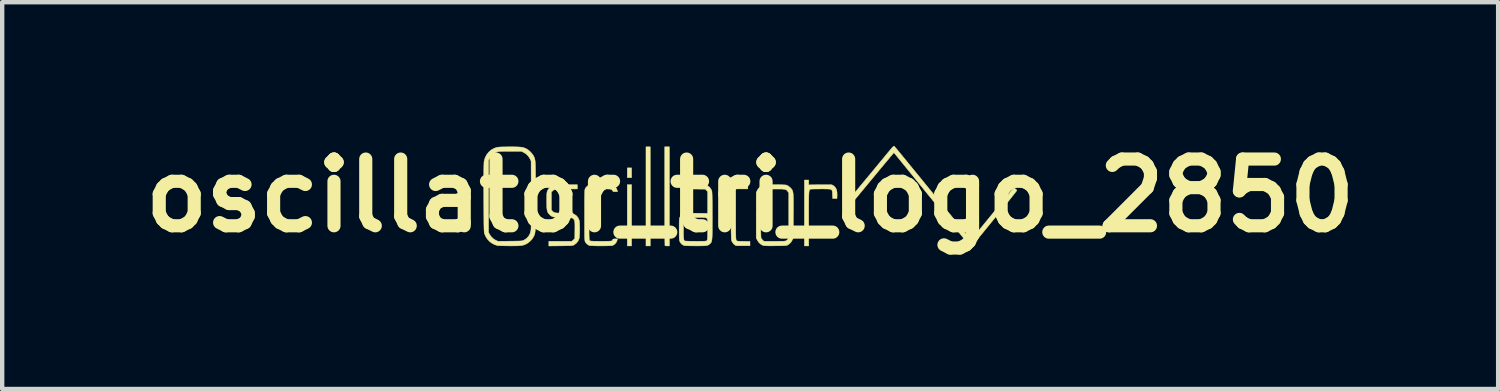
<source format=kicad_pcb>
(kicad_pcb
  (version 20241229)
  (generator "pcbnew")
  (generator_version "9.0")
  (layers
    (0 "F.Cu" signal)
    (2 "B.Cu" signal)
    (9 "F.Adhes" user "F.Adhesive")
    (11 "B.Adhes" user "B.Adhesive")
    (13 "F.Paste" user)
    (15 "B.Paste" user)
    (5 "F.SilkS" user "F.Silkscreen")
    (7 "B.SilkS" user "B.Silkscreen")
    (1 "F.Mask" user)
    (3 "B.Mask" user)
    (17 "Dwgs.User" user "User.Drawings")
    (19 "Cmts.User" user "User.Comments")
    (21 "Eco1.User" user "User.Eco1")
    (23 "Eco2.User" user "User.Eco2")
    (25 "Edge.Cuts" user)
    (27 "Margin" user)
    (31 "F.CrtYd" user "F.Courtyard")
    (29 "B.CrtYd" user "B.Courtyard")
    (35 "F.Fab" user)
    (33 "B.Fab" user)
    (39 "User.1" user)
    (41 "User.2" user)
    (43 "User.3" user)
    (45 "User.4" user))
  (footprint "oscillator_tri_logo_2850"
    (layer "F.Cu")
    (at 14.086 1.418)
    (property "Reference" "oscillator_tri_logo_2850" (at 0 0 0) (layer "F.SilkS") (effects (font (size 1.524 1.524) (thickness 0.3))))
    (attr through_hole)
    (fp_poly (pts (xy -2.709 -0.41) (xy -2.807 -0.41) (xy -2.807 -0.633) (xy -2.709 -0.633) (xy -2.709 -0.41)) (stroke (width 0.01) (type solid)) (fill yes) (layer "F.SilkS"))
    (fp_poly (pts (xy -2.709 1.15) (xy -2.807 1.15) (xy -2.807 -0.25) (xy -2.709 -0.25) (xy -2.709 1.15)) (stroke (width 0.01) (type solid)) (fill yes) (layer "F.SilkS"))
    (fp_poly (pts (xy -2.282 1.15) (xy -2.38 1.15) (xy -2.38 -1.114) (xy -2.282 -1.114) (xy -2.282 1.15)) (stroke (width 0.01) (type solid)) (fill yes) (layer "F.SilkS"))
    (fp_poly (pts (xy -1.845 1.15) (xy -1.892 1.15) (xy -1.92 1.149) (xy -1.94 1.146) (xy -1.946 1.144) (xy -1.947 1.134) (xy -1.947 1.108) (xy -1.948 1.066) (xy -1.949 1.01) (xy -1.949 0.939) (xy -1.95 0.857) (xy -1.95 0.763) (xy -1.951 0.659) (xy -1.951 0.545) (xy -1.951 0.423) (xy -1.952 0.294) (xy -1.952 0.159) (xy -1.952 0.019) (xy -1.952 0.012) (xy -1.952 -1.114) (xy -1.845 -1.114) (xy -1.845 1.15)) (stroke (width 0.01) (type solid)) (fill yes) (layer "F.SilkS"))
    (fp_poly (pts (xy -0.33 -0.25) (xy -0.053 -0.25) (xy -0.053 -0.152) (xy -0.33 -0.152) (xy -0.33 0.427) (xy -0.33 0.543) (xy -0.33 0.643) (xy -0.329 0.727) (xy -0.329 0.798) (xy -0.329 0.856) (xy -0.328 0.902) (xy -0.327 0.939) (xy -0.326 0.967) (xy -0.324 0.988) (xy -0.322 1.003) (xy -0.32 1.013) (xy -0.317 1.02) (xy -0.314 1.024) (xy -0.307 1.031) (xy -0.298 1.036) (xy -0.284 1.039) (xy -0.261 1.042) (xy -0.228 1.043) (xy -0.182 1.044) (xy -0.152 1.045) (xy -0.004 1.047) (xy -0.004 1.145) (xy -0.152 1.146) (xy -0.202 1.146) (xy -0.248 1.146) (xy -0.286 1.145) (xy -0.311 1.144) (xy -0.32 1.143) (xy -0.345 1.131) (xy -0.373 1.108) (xy -0.399 1.077) (xy -0.418 1.044) (xy -0.426 1.023) (xy -0.429 1.007) (xy -0.431 0.978) (xy -0.432 0.937) (xy -0.434 0.882) (xy -0.435 0.813) (xy -0.436 0.728) (xy -0.436 0.628) (xy -0.437 0.511) (xy -0.437 0.415) (xy -0.437 -0.152) (xy -0.704 -0.152) (xy -0.704 -0.25) (xy -0.437 -0.25) (xy -0.437 -0.356) (xy -0.33 -0.356) (xy -0.33 -0.25)) (stroke (width 0.01) (type solid)) (fill yes) (layer "F.SilkS"))
    (fp_poly (pts (xy 1.337 -0.301) (xy 1.337 -0.245) (xy 1.593 -0.248) (xy 1.66 -0.248) (xy 1.722 -0.248) (xy 1.776 -0.248) (xy 1.82 -0.248) (xy 1.852 -0.247) (xy 1.868 -0.245) (xy 1.87 -0.245) (xy 1.888 -0.236) (xy 1.912 -0.22) (xy 1.925 -0.208) (xy 1.955 -0.174) (xy 1.974 -0.131) (xy 1.984 -0.077) (xy 1.986 -0.01) (xy 1.986 -0.008) (xy 1.983 0.067) (xy 1.885 0.067) (xy 1.88 -0.024) (xy 1.879 -0.061) (xy 1.877 -0.09) (xy 1.872 -0.112) (xy 1.863 -0.128) (xy 1.848 -0.139) (xy 1.824 -0.146) (xy 1.791 -0.15) (xy 1.745 -0.151) (xy 1.685 -0.152) (xy 1.617 -0.152) (xy 1.555 -0.151) (xy 1.498 -0.151) (xy 1.449 -0.15) (xy 1.411 -0.149) (xy 1.386 -0.147) (xy 1.377 -0.146) (xy 1.37 -0.143) (xy 1.363 -0.139) (xy 1.357 -0.132) (xy 1.353 -0.123) (xy 1.349 -0.109) (xy 1.345 -0.089) (xy 1.343 -0.062) (xy 1.341 -0.026) (xy 1.339 0.018) (xy 1.338 0.074) (xy 1.338 0.141) (xy 1.337 0.222) (xy 1.337 0.317) (xy 1.337 0.427) (xy 1.337 0.53) (xy 1.337 1.15) (xy 1.239 1.15) (xy 1.239 -0.356) (xy 1.337 -0.356) (xy 1.337 -0.301)) (stroke (width 0.01) (type solid)) (fill yes) (layer "F.SilkS"))
    (fp_poly (pts (xy -3.948 -0.152) (xy -4.187 -0.151) (xy -4.252 -0.151) (xy -4.313 -0.15) (xy -4.366 -0.149) (xy -4.41 -0.147) (xy -4.441 -0.145) (xy -4.457 -0.143) (xy -4.484 -0.13) (xy -4.51 -0.11) (xy -4.515 -0.106) (xy -4.541 -0.079) (xy -4.541 0.328) (xy -4.519 0.352) (xy -4.503 0.368) (xy -4.487 0.379) (xy -4.468 0.388) (xy -4.442 0.394) (xy -4.409 0.398) (xy -4.365 0.4) (xy -4.307 0.401) (xy -4.252 0.401) (xy -4.066 0.401) (xy -4.018 0.426) (xy -3.968 0.461) (xy -3.93 0.507) (xy -3.907 0.56) (xy -3.904 0.57) (xy -3.9 0.602) (xy -3.897 0.647) (xy -3.895 0.701) (xy -3.894 0.759) (xy -3.895 0.819) (xy -3.897 0.876) (xy -3.9 0.926) (xy -3.904 0.965) (xy -3.909 0.988) (xy -3.932 1.039) (xy -3.969 1.085) (xy -4.015 1.121) (xy -4.023 1.126) (xy -4.034 1.131) (xy -4.046 1.136) (xy -4.061 1.139) (xy -4.08 1.142) (xy -4.106 1.144) (xy -4.142 1.145) (xy -4.189 1.146) (xy -4.249 1.147) (xy -4.325 1.148) (xy -4.329 1.148) (xy -4.599 1.151) (xy -4.599 1.043) (xy -4.073 1.043) (xy -4.039 1.012) (xy -4.006 0.982) (xy -4.004 0.783) (xy -4.003 0.704) (xy -4.004 0.642) (xy -4.008 0.593) (xy -4.018 0.558) (xy -4.035 0.532) (xy -4.06 0.515) (xy -4.096 0.506) (xy -4.145 0.501) (xy -4.208 0.499) (xy -4.28 0.499) (xy -4.353 0.499) (xy -4.411 0.497) (xy -4.456 0.493) (xy -4.492 0.488) (xy -4.52 0.479) (xy -4.543 0.467) (xy -4.564 0.451) (xy -4.577 0.439) (xy -4.598 0.417) (xy -4.615 0.396) (xy -4.627 0.373) (xy -4.636 0.346) (xy -4.642 0.311) (xy -4.646 0.268) (xy -4.647 0.212) (xy -4.648 0.141) (xy -4.648 0.129) (xy -4.648 0.063) (xy -4.647 0.011) (xy -4.646 -0.028) (xy -4.643 -0.057) (xy -4.64 -0.079) (xy -4.636 -0.097) (xy -4.632 -0.109) (xy -4.61 -0.147) (xy -4.577 -0.184) (xy -4.539 -0.216) (xy -4.5 -0.237) (xy -4.494 -0.239) (xy -4.471 -0.243) (xy -4.432 -0.246) (xy -4.375 -0.248) (xy -4.301 -0.249) (xy -4.209 -0.25) (xy -4.203 -0.25) (xy -3.948 -0.25) (xy -3.948 -0.152)) (stroke (width 0.01) (type solid)) (fill yes) (layer "F.SilkS"))
    (fp_poly (pts (xy -3.104 -0.221) (xy -3.068 -0.187) (xy -3.044 -0.141) (xy -3.036 -0.114) (xy -3.03 -0.089) (xy -3.083 -0.089) (xy -3.115 -0.09) (xy -3.132 -0.094) (xy -3.137 -0.101) (xy -3.137 -0.102) (xy -3.144 -0.116) (xy -3.159 -0.132) (xy -3.161 -0.133) (xy -3.169 -0.139) (xy -3.178 -0.143) (xy -3.191 -0.146) (xy -3.21 -0.149) (xy -3.237 -0.15) (xy -3.275 -0.151) (xy -3.325 -0.151) (xy -3.39 -0.152) (xy -3.409 -0.152) (xy -3.478 -0.151) (xy -3.532 -0.151) (xy -3.573 -0.15) (xy -3.602 -0.149) (xy -3.623 -0.147) (xy -3.637 -0.144) (xy -3.647 -0.14) (xy -3.655 -0.135) (xy -3.657 -0.133) (xy -3.681 -0.115) (xy -3.681 0.449) (xy -3.681 0.564) (xy -3.681 0.662) (xy -3.68 0.744) (xy -3.68 0.813) (xy -3.68 0.869) (xy -3.679 0.915) (xy -3.678 0.95) (xy -3.677 0.976) (xy -3.675 0.996) (xy -3.673 1.009) (xy -3.671 1.018) (xy -3.668 1.024) (xy -3.665 1.028) (xy -3.664 1.028) (xy -3.658 1.032) (xy -3.647 1.036) (xy -3.631 1.039) (xy -3.607 1.04) (xy -3.573 1.042) (xy -3.527 1.042) (xy -3.466 1.043) (xy -3.407 1.043) (xy -3.335 1.043) (xy -3.279 1.042) (xy -3.236 1.042) (xy -3.205 1.04) (xy -3.183 1.039) (xy -3.168 1.036) (xy -3.159 1.032) (xy -3.153 1.028) (xy -3.152 1.026) (xy -3.14 1.01) (xy -3.137 1) (xy -3.128 0.993) (xy -3.103 0.99) (xy -3.083 0.989) (xy -3.03 0.989) (xy -3.036 1.014) (xy -3.056 1.064) (xy -3.088 1.105) (xy -3.13 1.133) (xy -3.145 1.14) (xy -3.163 1.143) (xy -3.197 1.145) (xy -3.241 1.147) (xy -3.295 1.148) (xy -3.354 1.149) (xy -3.416 1.149) (xy -3.478 1.149) (xy -3.536 1.148) (xy -3.589 1.146) (xy -3.632 1.144) (xy -3.662 1.142) (xy -3.676 1.139) (xy -3.711 1.12) (xy -3.745 1.089) (xy -3.768 1.056) (xy -3.771 1.049) (xy -3.774 1.04) (xy -3.776 1.027) (xy -3.778 1.008) (xy -3.779 0.983) (xy -3.781 0.95) (xy -3.782 0.908) (xy -3.782 0.855) (xy -3.783 0.79) (xy -3.783 0.712) (xy -3.783 0.619) (xy -3.783 0.511) (xy -3.783 0.45) (xy -3.783 0.334) (xy -3.783 0.234) (xy -3.783 0.15) (xy -3.783 0.079) (xy -3.782 0.021) (xy -3.781 -0.027) (xy -3.78 -0.064) (xy -3.779 -0.093) (xy -3.778 -0.116) (xy -3.776 -0.132) (xy -3.773 -0.144) (xy -3.771 -0.154) (xy -3.767 -0.161) (xy -3.766 -0.163) (xy -3.748 -0.19) (xy -3.722 -0.215) (xy -3.713 -0.221) (xy -3.678 -0.245) (xy -3.14 -0.245) (xy -3.104 -0.221)) (stroke (width 0.01) (type solid)) (fill yes) (layer "F.SilkS"))
    (fp_poly (pts (xy 0.641 -0.249) (xy 0.7 -0.248) (xy 0.753 -0.246) (xy 0.795 -0.244) (xy 0.824 -0.241) (xy 0.832 -0.239) (xy 0.866 -0.222) (xy 0.903 -0.193) (xy 0.914 -0.183) (xy 0.929 -0.168) (xy 0.942 -0.154) (xy 0.953 -0.139) (xy 0.963 -0.124) (xy 0.97 -0.105) (xy 0.976 -0.081) (xy 0.981 -0.052) (xy 0.984 -0.015) (xy 0.986 0.03) (xy 0.988 0.086) (xy 0.988 0.154) (xy 0.988 0.235) (xy 0.988 0.33) (xy 0.987 0.442) (xy 0.987 0.464) (xy 0.985 0.967) (xy 0.964 1.012) (xy 0.932 1.066) (xy 0.891 1.106) (xy 0.86 1.126) (xy 0.849 1.132) (xy 0.837 1.136) (xy 0.822 1.14) (xy 0.801 1.142) (xy 0.774 1.144) (xy 0.736 1.145) (xy 0.687 1.146) (xy 0.624 1.147) (xy 0.575 1.147) (xy 0.496 1.148) (xy 0.434 1.148) (xy 0.385 1.147) (xy 0.348 1.145) (xy 0.321 1.143) (xy 0.302 1.14) (xy 0.291 1.137) (xy 0.238 1.108) (xy 0.193 1.064) (xy 0.165 1.02) (xy 0.138 0.968) (xy 0.138 0.363) (xy 0.241 0.363) (xy 0.241 0.447) (xy 0.241 0.564) (xy 0.241 0.668) (xy 0.242 0.757) (xy 0.243 0.832) (xy 0.245 0.891) (xy 0.246 0.934) (xy 0.248 0.96) (xy 0.25 0.967) (xy 0.262 0.989) (xy 0.282 1.013) (xy 0.286 1.017) (xy 0.314 1.043) (xy 0.561 1.043) (xy 0.634 1.043) (xy 0.692 1.042) (xy 0.735 1.042) (xy 0.768 1.041) (xy 0.791 1.039) (xy 0.807 1.036) (xy 0.818 1.033) (xy 0.827 1.028) (xy 0.832 1.024) (xy 0.843 1.016) (xy 0.851 1.008) (xy 0.859 0.999) (xy 0.865 0.988) (xy 0.87 0.973) (xy 0.874 0.952) (xy 0.877 0.924) (xy 0.879 0.889) (xy 0.881 0.844) (xy 0.881 0.787) (xy 0.882 0.719) (xy 0.882 0.636) (xy 0.882 0.538) (xy 0.882 0.447) (xy 0.882 -0.06) (xy 0.862 -0.09) (xy 0.849 -0.108) (xy 0.836 -0.122) (xy 0.821 -0.132) (xy 0.801 -0.14) (xy 0.773 -0.145) (xy 0.737 -0.149) (xy 0.69 -0.15) (xy 0.629 -0.15) (xy 0.552 -0.15) (xy 0.551 -0.15) (xy 0.481 -0.149) (xy 0.426 -0.148) (xy 0.385 -0.147) (xy 0.355 -0.145) (xy 0.333 -0.143) (xy 0.318 -0.139) (xy 0.308 -0.135) (xy 0.299 -0.13) (xy 0.297 -0.129) (xy 0.285 -0.12) (xy 0.275 -0.112) (xy 0.267 -0.103) (xy 0.26 -0.091) (xy 0.255 -0.075) (xy 0.25 -0.054) (xy 0.247 -0.026) (xy 0.244 0.01) (xy 0.243 0.055) (xy 0.242 0.112) (xy 0.241 0.181) (xy 0.241 0.264) (xy 0.241 0.363) (xy 0.138 0.363) (xy 0.138 -0.067) (xy 0.159 -0.114) (xy 0.186 -0.158) (xy 0.222 -0.197) (xy 0.263 -0.227) (xy 0.292 -0.239) (xy 0.314 -0.243) (xy 0.349 -0.245) (xy 0.397 -0.247) (xy 0.453 -0.249) (xy 0.514 -0.25) (xy 0.578 -0.25) (xy 0.641 -0.249)) (stroke (width 0.01) (type solid)) (fill yes) (layer "F.SilkS"))
    (fp_poly (pts (xy 3.295 -1.123) (xy 3.312 -1.103) (xy 3.338 -1.074) (xy 3.37 -1.035) (xy 3.408 -0.99) (xy 3.449 -0.94) (xy 3.46 -0.927) (xy 3.503 -0.874) (xy 3.548 -0.819) (xy 3.596 -0.76) (xy 3.647 -0.697) (xy 3.703 -0.629) (xy 3.764 -0.554) (xy 3.83 -0.473) (xy 3.903 -0.384) (xy 3.983 -0.286) (xy 4.07 -0.179) (xy 4.166 -0.062) (xy 4.27 0.066) (xy 4.385 0.206) (xy 4.509 0.359) (xy 4.549 0.408) (xy 4.622 0.497) (xy 4.692 0.583) (xy 4.758 0.664) (xy 4.82 0.738) (xy 4.875 0.806) (xy 4.925 0.865) (xy 4.966 0.916) (xy 5 0.956) (xy 5.025 0.985) (xy 5.04 1.003) (xy 5.045 1.007) (xy 5.052 1) (xy 5.069 0.981) (xy 5.095 0.95) (xy 5.129 0.91) (xy 5.17 0.86) (xy 5.218 0.803) (xy 5.27 0.739) (xy 5.327 0.67) (xy 5.366 0.622) (xy 5.463 0.503) (xy 5.558 0.387) (xy 5.649 0.275) (xy 5.736 0.168) (xy 5.817 0.07) (xy 5.89 -0.02) (xy 5.955 -0.1) (xy 6.004 -0.159) (xy 6.023 -0.183) (xy 6.057 -0.155) (xy 6.077 -0.138) (xy 6.09 -0.124) (xy 6.093 -0.12) (xy 6.088 -0.112) (xy 6.072 -0.091) (xy 6.047 -0.058) (xy 6.013 -0.015) (xy 5.971 0.038) (xy 5.922 0.1) (xy 5.866 0.17) (xy 5.804 0.246) (xy 5.738 0.328) (xy 5.667 0.415) (xy 5.606 0.49) (xy 5.515 0.602) (xy 5.435 0.701) (xy 5.364 0.788) (xy 5.303 0.863) (xy 5.25 0.928) (xy 5.205 0.983) (xy 5.167 1.029) (xy 5.136 1.066) (xy 5.111 1.097) (xy 5.091 1.12) (xy 5.076 1.138) (xy 5.064 1.151) (xy 5.056 1.159) (xy 5.051 1.164) (xy 5.047 1.167) (xy 5.044 1.168) (xy 5.044 1.168) (xy 5.035 1.161) (xy 5.019 1.145) (xy 5.005 1.13) (xy 4.996 1.118) (xy 4.976 1.094) (xy 4.946 1.058) (xy 4.906 1.01) (xy 4.859 0.951) (xy 4.803 0.883) (xy 4.739 0.805) (xy 4.669 0.72) (xy 4.593 0.626) (xy 4.512 0.526) (xy 4.426 0.421) (xy 4.335 0.31) (xy 4.241 0.194) (xy 4.145 0.076) (xy 4.128 0.056) (xy 3.285 -0.981) (xy 3.265 -0.96) (xy 3.257 -0.951) (xy 3.238 -0.928) (xy 3.209 -0.894) (xy 3.172 -0.849) (xy 3.127 -0.795) (xy 3.075 -0.733) (xy 3.017 -0.663) (xy 2.953 -0.587) (xy 2.886 -0.505) (xy 2.815 -0.42) (xy 2.785 -0.383) (xy 2.713 -0.297) (xy 2.645 -0.214) (xy 2.58 -0.136) (xy 2.521 -0.065) (xy 2.467 0.000308) (xy 2.42 0.057) (xy 2.38 0.105) (xy 2.349 0.142) (xy 2.327 0.169) (xy 2.315 0.183) (xy 2.313 0.185) (xy 2.304 0.19) (xy 2.291 0.185) (xy 2.271 0.168) (xy 2.265 0.163) (xy 2.227 0.129) (xy 2.653 -0.384) (xy 2.724 -0.469) (xy 2.793 -0.552) (xy 2.858 -0.631) (xy 2.92 -0.706) (xy 2.977 -0.775) (xy 3.028 -0.836) (xy 3.071 -0.889) (xy 3.106 -0.932) (xy 3.132 -0.963) (xy 3.146 -0.98) (xy 3.195 -1.039) (xy 3.233 -1.084) (xy 3.262 -1.114) (xy 3.281 -1.129) (xy 3.288 -1.13) (xy 3.295 -1.123)) (stroke (width 0.01) (type solid)) (fill yes) (layer "F.SilkS"))
    (fp_poly (pts (xy -1.295 -0.249) (xy -1.216 -0.249) (xy -1.154 -0.249) (xy -1.105 -0.248) (xy -1.067 -0.247) (xy -1.039 -0.245) (xy -1.018 -0.243) (xy -1.003 -0.239) (xy -0.99 -0.235) (xy -0.985 -0.233) (xy -0.94 -0.204) (xy -0.904 -0.163) (xy -0.879 -0.116) (xy -0.874 -0.099) (xy -0.872 -0.077) (xy -0.87 -0.038) (xy -0.868 0.019) (xy -0.867 0.094) (xy -0.865 0.187) (xy -0.865 0.298) (xy -0.865 0.426) (xy -0.864 0.467) (xy -0.865 0.583) (xy -0.865 0.683) (xy -0.865 0.768) (xy -0.866 0.839) (xy -0.867 0.898) (xy -0.869 0.946) (xy -0.872 0.984) (xy -0.875 1.014) (xy -0.88 1.038) (xy -0.885 1.056) (xy -0.892 1.07) (xy -0.9 1.082) (xy -0.909 1.092) (xy -0.916 1.098) (xy -0.932 1.113) (xy -0.948 1.124) (xy -0.966 1.133) (xy -0.988 1.14) (xy -1.018 1.144) (xy -1.056 1.147) (xy -1.105 1.148) (xy -1.167 1.149) (xy -1.245 1.149) (xy -1.31 1.148) (xy -1.37 1.148) (xy -1.422 1.146) (xy -1.465 1.145) (xy -1.494 1.143) (xy -1.508 1.141) (xy -1.553 1.118) (xy -1.589 1.082) (xy -1.603 1.058) (xy -1.609 1.045) (xy -1.613 1.032) (xy -1.616 1.016) (xy -1.619 0.995) (xy -1.62 0.966) (xy -1.621 0.928) (xy -1.622 0.877) (xy -1.622 0.812) (xy -1.622 0.772) (xy -1.622 0.699) (xy -1.622 0.641) (xy -1.621 0.596) (xy -1.62 0.562) (xy -1.618 0.543) (xy -1.524 0.543) (xy -1.524 0.767) (xy -1.524 0.841) (xy -1.523 0.899) (xy -1.521 0.944) (xy -1.519 0.978) (xy -1.515 1.001) (xy -1.51 1.018) (xy -1.502 1.029) (xy -1.494 1.036) (xy -1.483 1.038) (xy -1.456 1.039) (xy -1.416 1.041) (xy -1.366 1.042) (xy -1.308 1.042) (xy -1.244 1.043) (xy -1.242 1.043) (xy -1.17 1.043) (xy -1.113 1.042) (xy -1.071 1.042) (xy -1.04 1.041) (xy -1.018 1.039) (xy -1.004 1.037) (xy -0.995 1.033) (xy -0.99 1.029) (xy -0.985 1.023) (xy -0.981 1.014) (xy -0.978 1.001) (xy -0.975 0.981) (xy -0.973 0.952) (xy -0.972 0.912) (xy -0.972 0.859) (xy -0.971 0.79) (xy -0.971 0.772) (xy -0.971 0.701) (xy -0.972 0.647) (xy -0.972 0.606) (xy -0.974 0.576) (xy -0.975 0.555) (xy -0.978 0.54) (xy -0.982 0.531) (xy -0.987 0.524) (xy -0.991 0.52) (xy -0.997 0.514) (xy -1.004 0.509) (xy -1.014 0.505) (xy -1.029 0.503) (xy -1.051 0.501) (xy -1.083 0.5) (xy -1.126 0.499) (xy -1.183 0.499) (xy -1.245 0.499) (xy -1.48 0.499) (xy -1.502 0.521) (xy -1.524 0.543) (xy -1.618 0.543) (xy -1.618 0.538) (xy -1.615 0.52) (xy -1.611 0.506) (xy -1.606 0.495) (xy -1.605 0.491) (xy -1.578 0.453) (xy -1.544 0.423) (xy -1.508 0.406) (xy -1.504 0.405) (xy -1.487 0.404) (xy -1.456 0.403) (xy -1.412 0.402) (xy -1.358 0.402) (xy -1.296 0.402) (xy -1.23 0.403) (xy -1.223 0.403) (xy -0.971 0.406) (xy -0.971 -0.089) (xy -0.997 -0.118) (xy -1.023 -0.147) (xy -1.296 -0.15) (xy -1.569 -0.152) (xy -1.569 -0.25) (xy -1.295 -0.249)) (stroke (width 0.01) (type solid)) (fill yes) (layer "F.SilkS"))
    (fp_poly (pts (xy -5.406 -1.114) (xy -5.341 -1.113) (xy -5.288 -1.111) (xy -5.245 -1.108) (xy -5.211 -1.103) (xy -5.181 -1.097) (xy -5.155 -1.088) (xy -5.128 -1.077) (xy -5.11 -1.068) (xy -5.07 -1.043) (xy -5.028 -1.007) (xy -4.989 -0.965) (xy -4.958 -0.924) (xy -4.948 -0.906) (xy -4.94 -0.89) (xy -4.933 -0.876) (xy -4.927 -0.861) (xy -4.922 -0.845) (xy -4.918 -0.827) (xy -4.914 -0.805) (xy -4.911 -0.778) (xy -4.908 -0.746) (xy -4.906 -0.706) (xy -4.905 -0.658) (xy -4.904 -0.6) (xy -4.903 -0.532) (xy -4.902 -0.451) (xy -4.902 -0.358) (xy -4.902 -0.251) (xy -4.902 -0.128) (xy -4.902 0.012) (xy -4.902 0.018) (xy -4.902 0.158) (xy -4.902 0.282) (xy -4.902 0.39) (xy -4.902 0.483) (xy -4.903 0.564) (xy -4.903 0.633) (xy -4.905 0.69) (xy -4.906 0.739) (xy -4.908 0.779) (xy -4.911 0.812) (xy -4.914 0.839) (xy -4.918 0.861) (xy -4.922 0.879) (xy -4.927 0.895) (xy -4.934 0.91) (xy -4.941 0.925) (xy -4.949 0.941) (xy -4.952 0.946) (xy -4.98 0.99) (xy -5.02 1.035) (xy -5.066 1.074) (xy -5.103 1.098) (xy -5.132 1.113) (xy -5.159 1.124) (xy -5.188 1.133) (xy -5.22 1.14) (xy -5.26 1.144) (xy -5.307 1.147) (xy -5.367 1.148) (xy -5.44 1.149) (xy -5.494 1.149) (xy -5.56 1.148) (xy -5.622 1.147) (xy -5.677 1.146) (xy -5.723 1.144) (xy -5.756 1.142) (xy -5.774 1.14) (xy -5.839 1.12) (xy -5.903 1.085) (xy -5.954 1.046) (xy -6.001 0.996) (xy -6.036 0.944) (xy -6.063 0.883) (xy -6.067 0.874) (xy -6.07 0.865) (xy -6.072 0.855) (xy -6.074 0.841) (xy -6.076 0.825) (xy -6.078 0.803) (xy -6.079 0.775) (xy -6.08 0.74) (xy -6.081 0.697) (xy -6.082 0.644) (xy -6.083 0.58) (xy -6.083 0.504) (xy -6.084 0.416) (xy -6.084 0.313) (xy -6.085 0.194) (xy -6.085 0.059) (xy -6.085 0.053) (xy -6.086 -0.102) (xy -6.086 -0.241) (xy -6.086 -0.363) (xy -6.085 -0.468) (xy -6.085 -0.558) (xy -6.084 -0.632) (xy -6.083 -0.691) (xy -6.081 -0.736) (xy -6.08 -0.767) (xy -6.078 -0.784) (xy -6.072 -0.807) (xy -5.976 -0.807) (xy -5.976 0.842) (xy -5.955 0.88) (xy -5.914 0.941) (xy -5.861 0.99) (xy -5.815 1.018) (xy -5.762 1.043) (xy -5.486 1.041) (xy -5.408 1.04) (xy -5.346 1.039) (xy -5.297 1.038) (xy -5.26 1.037) (xy -5.233 1.035) (xy -5.212 1.033) (xy -5.196 1.029) (xy -5.184 1.025) (xy -5.172 1.02) (xy -5.168 1.018) (xy -5.108 0.979) (xy -5.061 0.928) (xy -5.027 0.866) (xy -5.009 0.798) (xy -5.007 0.776) (xy -5.005 0.738) (xy -5.004 0.683) (xy -5.003 0.612) (xy -5.002 0.524) (xy -5.001 0.419) (xy -5.001 0.297) (xy -5.001 0.157) (xy -5.002 0.00028) (xy -5.002 -0.027) (xy -5.004 -0.789) (xy -5.028 -0.839) (xy -5.066 -0.9) (xy -5.117 -0.951) (xy -5.177 -0.988) (xy -5.227 -1.012) (xy -5.486 -1.012) (xy -5.562 -1.011) (xy -5.623 -1.011) (xy -5.671 -1.01) (xy -5.708 -1.009) (xy -5.736 -1.007) (xy -5.758 -1.004) (xy -5.775 -1) (xy -5.79 -0.995) (xy -5.838 -0.972) (xy -5.884 -0.936) (xy -5.925 -0.892) (xy -5.952 -0.852) (xy -5.976 -0.807) (xy -6.072 -0.807) (xy -6.056 -0.862) (xy -6.02 -0.933) (xy -5.971 -0.995) (xy -5.911 -1.046) (xy -5.842 -1.083) (xy -5.777 -1.104) (xy -5.753 -1.107) (xy -5.713 -1.11) (xy -5.659 -1.112) (xy -5.594 -1.113) (xy -5.52 -1.114) (xy -5.487 -1.114) (xy -5.406 -1.114)) (stroke (width 0.01) (type solid)) (fill yes) (layer "F.SilkS")))
  (gr_rect
    (start -3 -3)
    (end 31.172 5.836)
    (stroke (width 0.1) (type default))
    (fill no)
    (layer "Edge.Cuts")))
</source>
